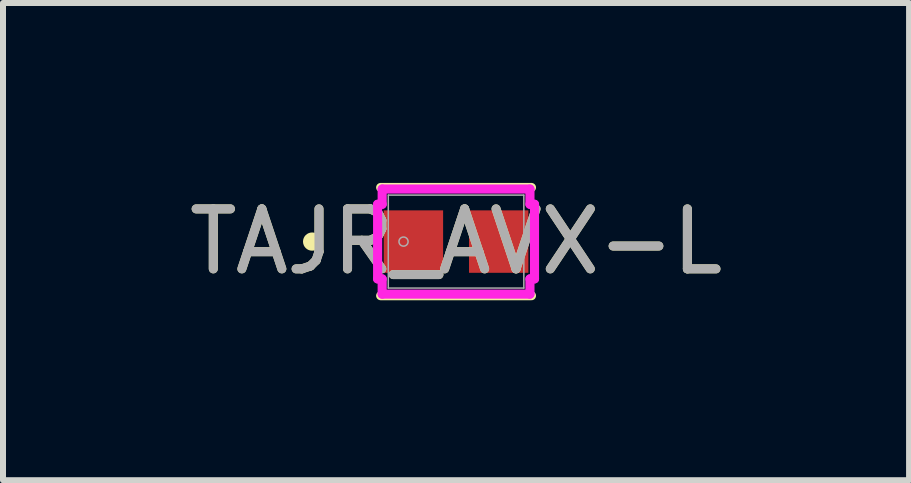
<source format=kicad_pcb>
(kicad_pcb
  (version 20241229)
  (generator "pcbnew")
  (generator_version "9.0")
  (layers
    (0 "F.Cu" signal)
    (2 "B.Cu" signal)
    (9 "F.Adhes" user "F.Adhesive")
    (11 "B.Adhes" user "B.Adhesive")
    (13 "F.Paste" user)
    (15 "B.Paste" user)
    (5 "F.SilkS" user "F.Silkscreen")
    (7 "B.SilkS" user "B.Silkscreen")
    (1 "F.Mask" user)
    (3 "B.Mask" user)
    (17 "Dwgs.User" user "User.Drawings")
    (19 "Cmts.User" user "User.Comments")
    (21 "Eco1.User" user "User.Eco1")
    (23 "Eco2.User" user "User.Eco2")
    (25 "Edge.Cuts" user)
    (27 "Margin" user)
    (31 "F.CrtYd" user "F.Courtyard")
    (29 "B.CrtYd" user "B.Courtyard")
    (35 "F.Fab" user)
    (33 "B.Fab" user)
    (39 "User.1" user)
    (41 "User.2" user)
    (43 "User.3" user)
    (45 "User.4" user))
  (footprint "TAJR_AVX-L"
    (layer "F.Cu")
    (at 4.554 0.978)
    (property "Reference" "TAJR_AVX-L" (at 0 0 0) (unlocked yes) (layer "F.SilkS") (effects (font (size 1 1) (thickness 0.15))))
    (attr smd)
    (fp_line (start -1.257 0.902) (end 1.257 0.902) (stroke (width 0.152) (type solid)) (layer "F.SilkS"))
    (fp_line (start 1.257 -0.902) (end -1.257 -0.902) (stroke (width 0.152) (type solid)) (layer "F.SilkS"))
    (fp_circle (center -2.4 0) (end -2.324 0) (stroke (width 0.152) (type solid)) (fill no) (layer "F.SilkS"))
    (fp_line (start -1.308 -0.622) (end -1.232 -0.622) (stroke (width 0.152) (type solid)) (layer "F.CrtYd"))
    (fp_line (start -1.308 0.622) (end -1.308 -0.622) (stroke (width 0.152) (type solid)) (layer "F.CrtYd"))
    (fp_line (start -1.232 -0.876) (end 1.232 -0.876) (stroke (width 0.152) (type solid)) (layer "F.CrtYd"))
    (fp_line (start -1.232 -0.622) (end -1.232 -0.876) (stroke (width 0.152) (type solid)) (layer "F.CrtYd"))
    (fp_line (start -1.232 0.622) (end -1.308 0.622) (stroke (width 0.152) (type solid)) (layer "F.CrtYd"))
    (fp_line (start -1.232 0.876) (end -1.232 0.622) (stroke (width 0.152) (type solid)) (layer "F.CrtYd"))
    (fp_line (start 1.232 -0.876) (end 1.232 -0.622) (stroke (width 0.152) (type solid)) (layer "F.CrtYd"))
    (fp_line (start 1.232 -0.622) (end 1.308 -0.622) (stroke (width 0.152) (type solid)) (layer "F.CrtYd"))
    (fp_line (start 1.232 0.622) (end 1.232 0.876) (stroke (width 0.152) (type solid)) (layer "F.CrtYd"))
    (fp_line (start 1.232 0.876) (end -1.232 0.876) (stroke (width 0.152) (type solid)) (layer "F.CrtYd"))
    (fp_line (start 1.308 -0.622) (end 1.308 0.622) (stroke (width 0.152) (type solid)) (layer "F.CrtYd"))
    (fp_line (start 1.308 0.622) (end 1.232 0.622) (stroke (width 0.152) (type solid)) (layer "F.CrtYd"))
    (fp_line (start -1.13 -0.775) (end -1.13 0.775) (stroke (width 0.025) (type solid)) (layer "F.Fab"))
    (fp_line (start -1.13 0.775) (end 1.13 0.775) (stroke (width 0.025) (type solid)) (layer "F.Fab"))
    (fp_line (start 1.13 -0.775) (end -1.13 -0.775) (stroke (width 0.025) (type solid)) (layer "F.Fab"))
    (fp_line (start 1.13 0.775) (end 1.13 -0.775) (stroke (width 0.025) (type solid)) (layer "F.Fab"))
    (fp_circle (center -0.876 0) (end -0.8 0) (stroke (width 0.025) (type solid)) (fill no) (layer "F.Fab"))
    (fp_text user "${REFERENCE}" (at 0 0 0) (unlocked yes) (layer "F.Fab") (effects (font (size 1 1) (thickness 0.15))))
    (pad "1" smd rect (at -0.711 0 90) (size 1.041 0.99) (layers "F.Cu" "F.Mask" "F.Paste"))
    (pad "2" smd rect (at 0.711 0 90) (size 1.041 0.99) (layers "F.Cu" "F.Mask" "F.Paste"))
    (zone (net_name "") (layer "F.Cu") (hatch full 0.508) (connect_pads) (min_thickness 0.254) (filled_areas_thickness no) (keepout (tracks not_allowed) (vias not_allowed) (pads allowed) (copperpour not_allowed) (footprints allowed)) (placement (enabled no)) (fill) (polygon (pts (xy 3.474 0.254) (xy 5.633 0.254) (xy 5.633 0.381) (xy 3.474 0.381))))
    (zone (net_name "") (layer "F.Cu") (hatch full 0.508) (connect_pads) (min_thickness 0.254) (filled_areas_thickness no) (keepout (tracks not_allowed) (vias not_allowed) (pads allowed) (copperpour not_allowed) (footprints allowed)) (placement (enabled no)) (fill) (polygon (pts (xy 3.474 1.575) (xy 5.633 1.575) (xy 5.633 1.702) (xy 3.474 1.702))))
    (zone (net_name "") (layer "F.Cu") (hatch full 0.508) (connect_pads) (min_thickness 0.254) (filled_areas_thickness no) (keepout (tracks not_allowed) (vias not_allowed) (pads allowed) (copperpour not_allowed) (footprints allowed)) (placement (enabled no)) (fill) (polygon (pts (xy 4.388 0.381) (xy 4.719 0.381) (xy 4.719 1.575) (xy 4.388 1.575)))))
  (gr_rect
    (start -3 -3)
    (end 12.107 4.956)
    (stroke (width 0.1) (type default))
    (fill no)
    (layer "Edge.Cuts")))
</source>
